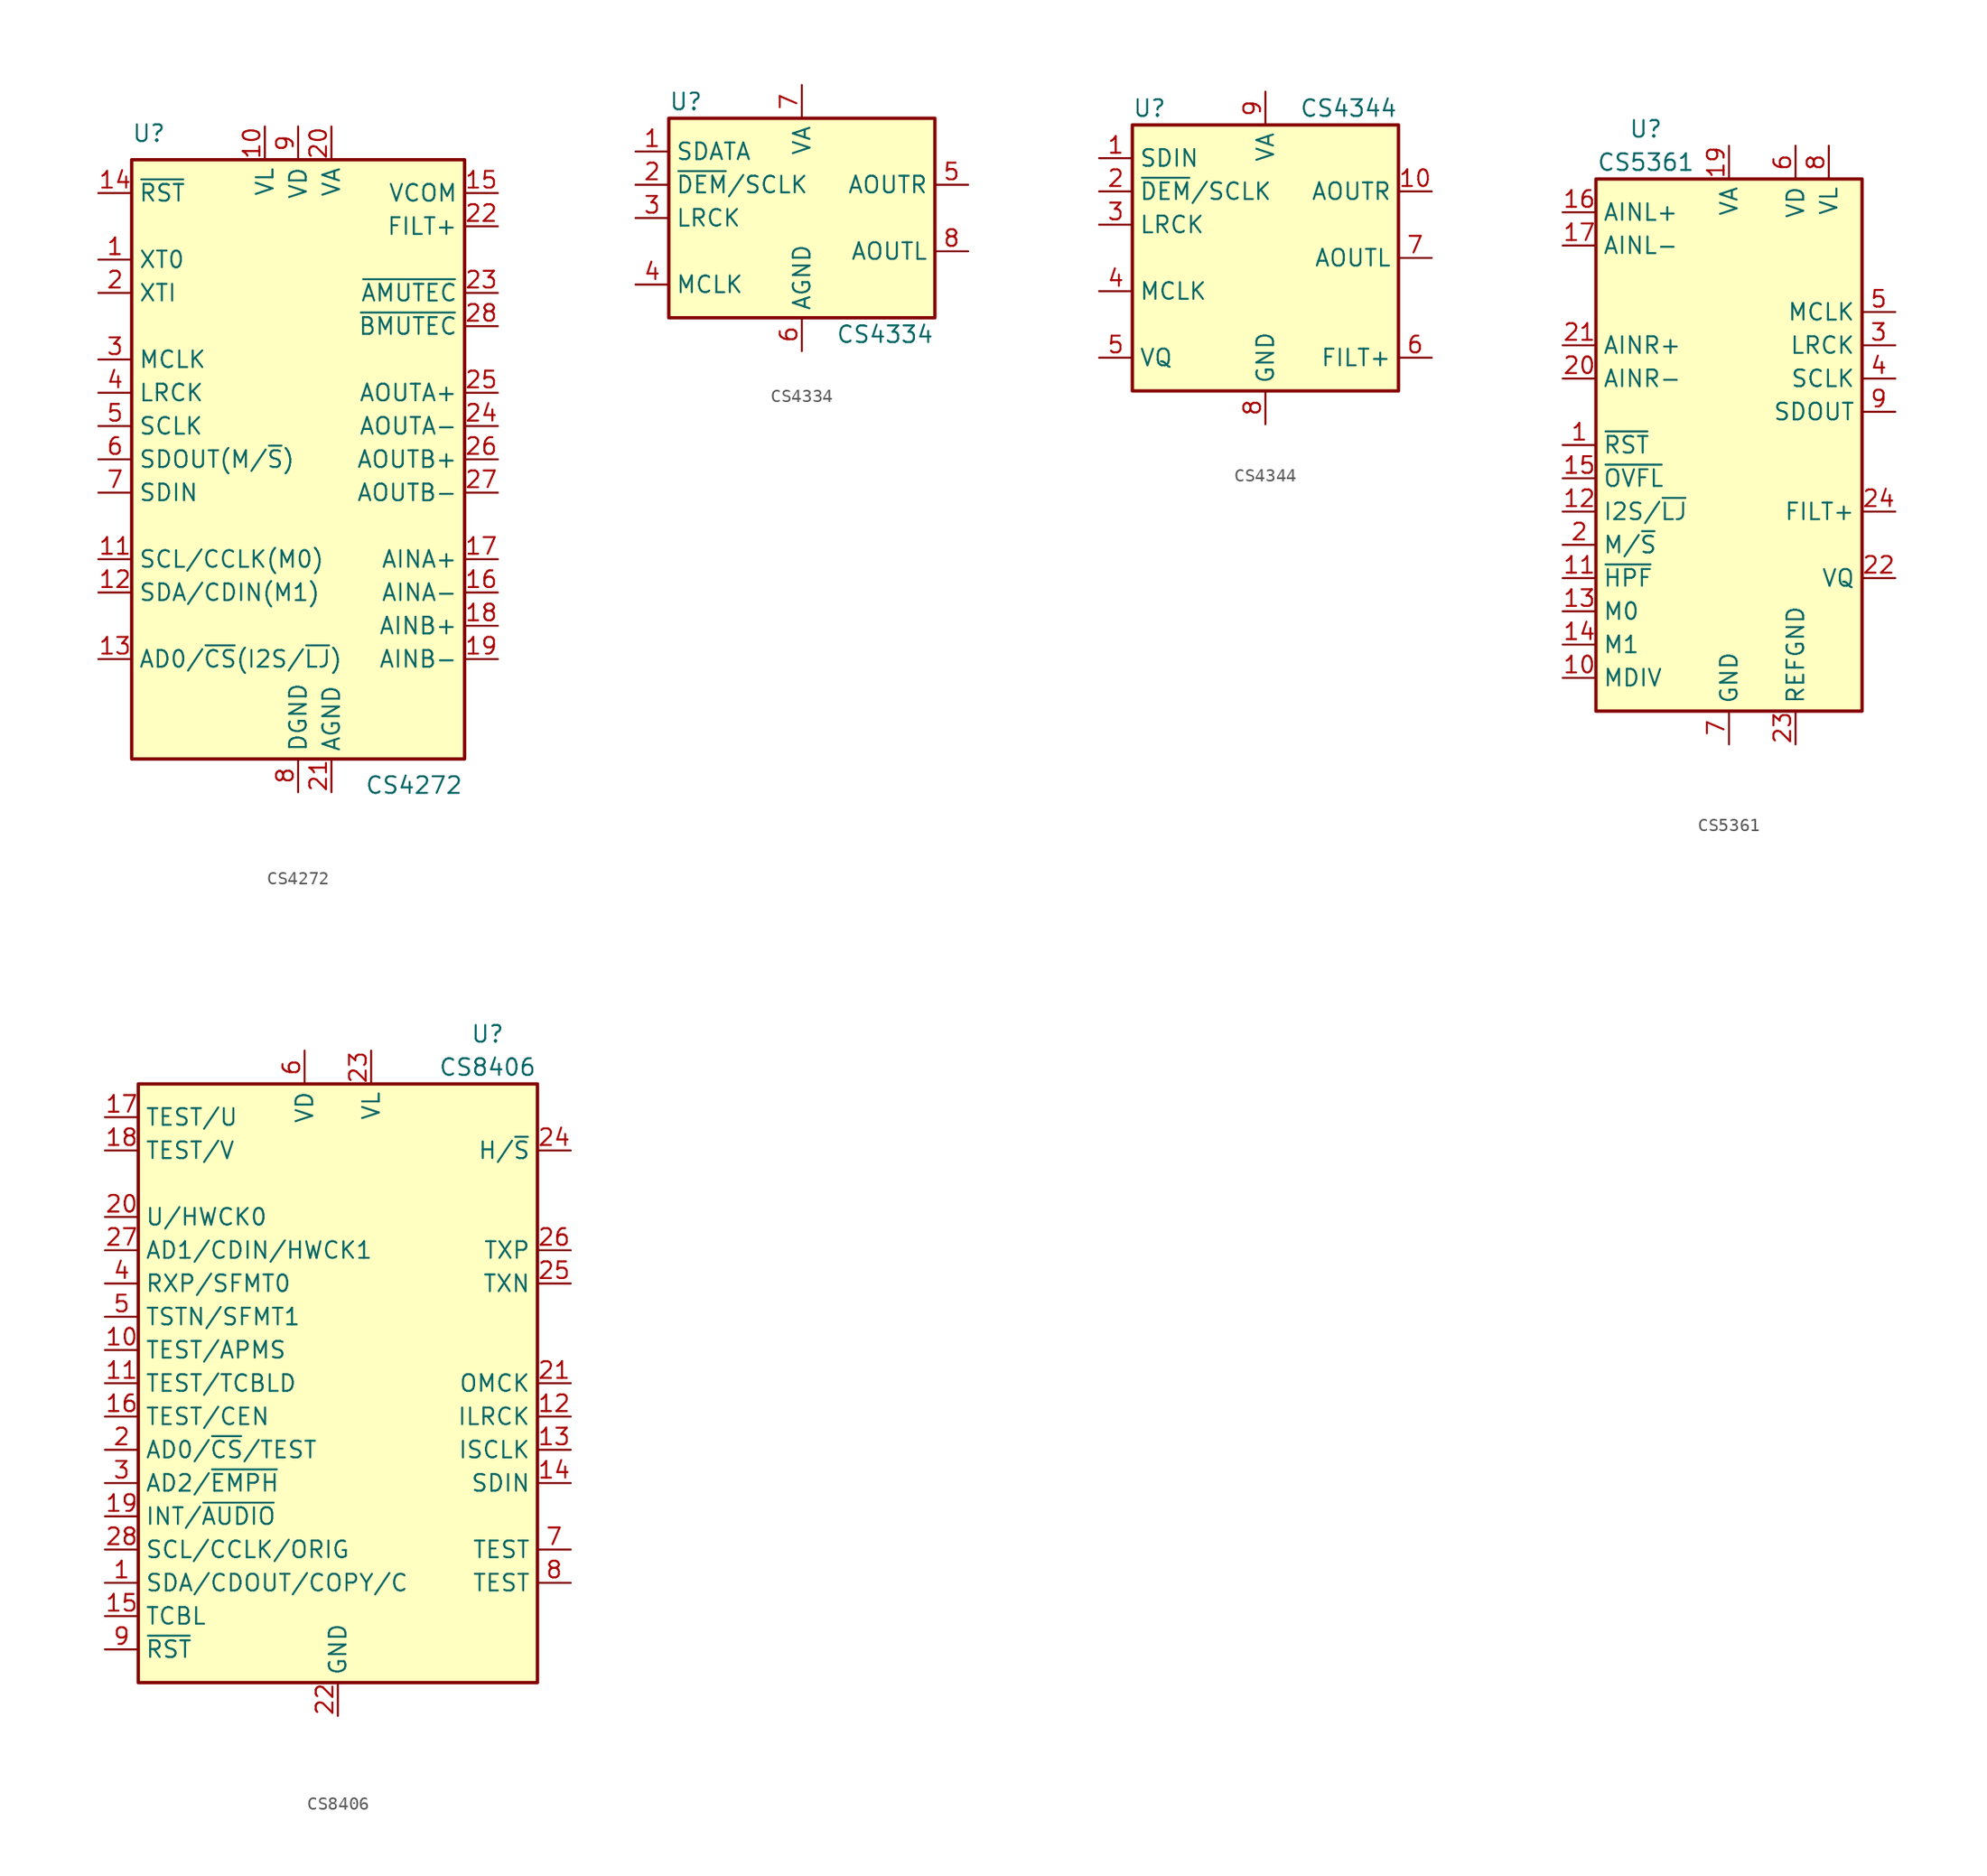
<source format=kicad_sym>
(kicad_symbol_lib
  (version 20241209)
  (generator "kicad_symbol_editor")
  (generator_version "9.0")
  (symbol "CS4272"
    (property "Reference" "U"
      (at -12.7 24.13 0)
      (effects (font (size 1.27 1.27)) (justify left bottom)))
    (property "Value" "CS4272"
      (at 5.08 -24.13 0)
      (effects (font (size 1.27 1.27)) (justify left top)))
    (symbol "CS4272_0_1"
      (rectangle (start -12.7 22.86) (end 12.7 -22.86) (stroke (width 0.254) (type default)) (fill (type background))))
    (symbol "CS4272_1_1"
      (pin input line (at -15.24 20.32 0) (length 2.54) (name "~{RST}" (effects (font (size 1.27 1.27)))) (number "14" (effects (font (size 1.27 1.27)))))
      (pin output line (at -15.24 15.24 0) (length 2.54) (name "XT0" (effects (font (size 1.27 1.27)))) (number "1" (effects (font (size 1.27 1.27)))))
      (pin input line (at -15.24 12.7 0) (length 2.54) (name "XTI" (effects (font (size 1.27 1.27)))) (number "2" (effects (font (size 1.27 1.27)))))
      (pin bidirectional line (at -15.24 7.62 0) (length 2.54) (name "MCLK" (effects (font (size 1.27 1.27)))) (number "3" (effects (font (size 1.27 1.27)))))
      (pin bidirectional line (at -15.24 5.08 0) (length 2.54) (name "LRCK" (effects (font (size 1.27 1.27)))) (number "4" (effects (font (size 1.27 1.27)))))
      (pin bidirectional line (at -15.24 2.54 0) (length 2.54) (name "SCLK" (effects (font (size 1.27 1.27)))) (number "5" (effects (font (size 1.27 1.27)))))
      (pin output line (at -15.24 0 0) (length 2.54) (name "SDOUT(M/~{S})" (effects (font (size 1.27 1.27)))) (number "6" (effects (font (size 1.27 1.27)))))
      (pin input line (at -15.24 -2.54 0) (length 2.54) (name "SDIN" (effects (font (size 1.27 1.27)))) (number "7" (effects (font (size 1.27 1.27)))))
      (pin input line (at -15.24 -7.62 0) (length 2.54) (name "SCL/CCLK(M0)" (effects (font (size 1.27 1.27)))) (number "11" (effects (font (size 1.27 1.27)))))
      (pin bidirectional line (at -15.24 -10.16 0) (length 2.54) (name "SDA/CDIN(M1)" (effects (font (size 1.27 1.27)))) (number "12" (effects (font (size 1.27 1.27)))))
      (pin input line (at -15.24 -15.24 0) (length 2.54) (name "AD0/~{CS}(I2S/~{LJ})" (effects (font (size 1.27 1.27)))) (number "13" (effects (font (size 1.27 1.27)))))
      (pin power_in line (at -2.54 25.4 270) (length 2.54) (name "VL" (effects (font (size 1.27 1.27)))) (number "10" (effects (font (size 1.27 1.27)))))
      (pin power_in line (at 0 25.4 270) (length 2.54) (name "VD" (effects (font (size 1.27 1.27)))) (number "9" (effects (font (size 1.27 1.27)))))
      (pin power_in line (at 0 -25.4 90) (length 2.54) (name "DGND" (effects (font (size 1.27 1.27)))) (number "8" (effects (font (size 1.27 1.27)))))
      (pin power_in line (at 2.54 25.4 270) (length 2.54) (name "VA" (effects (font (size 1.27 1.27)))) (number "20" (effects (font (size 1.27 1.27)))))
      (pin power_in line (at 2.54 -25.4 90) (length 2.54) (name "AGND" (effects (font (size 1.27 1.27)))) (number "21" (effects (font (size 1.27 1.27)))))
      (pin output line (at 15.24 20.32 180) (length 2.54) (name "VCOM" (effects (font (size 1.27 1.27)))) (number "15" (effects (font (size 1.27 1.27)))))
      (pin output line (at 15.24 17.78 180) (length 2.54) (name "FILT+" (effects (font (size 1.27 1.27)))) (number "22" (effects (font (size 1.27 1.27)))))
      (pin output line (at 15.24 12.7 180) (length 2.54) (name "~{AMUTEC}" (effects (font (size 1.27 1.27)))) (number "23" (effects (font (size 1.27 1.27)))))
      (pin output line (at 15.24 10.16 180) (length 2.54) (name "~{BMUTEC}" (effects (font (size 1.27 1.27)))) (number "28" (effects (font (size 1.27 1.27)))))
      (pin output line (at 15.24 5.08 180) (length 2.54) (name "AOUTA+" (effects (font (size 1.27 1.27)))) (number "25" (effects (font (size 1.27 1.27)))))
      (pin output line (at 15.24 2.54 180) (length 2.54) (name "AOUTA-" (effects (font (size 1.27 1.27)))) (number "24" (effects (font (size 1.27 1.27)))))
      (pin output line (at 15.24 0 180) (length 2.54) (name "AOUTB+" (effects (font (size 1.27 1.27)))) (number "26" (effects (font (size 1.27 1.27)))))
      (pin output line (at 15.24 -2.54 180) (length 2.54) (name "AOUTB-" (effects (font (size 1.27 1.27)))) (number "27" (effects (font (size 1.27 1.27)))))
      (pin input line (at 15.24 -7.62 180) (length 2.54) (name "AINA+" (effects (font (size 1.27 1.27)))) (number "17" (effects (font (size 1.27 1.27)))))
      (pin input line (at 15.24 -10.16 180) (length 2.54) (name "AINA-" (effects (font (size 1.27 1.27)))) (number "16" (effects (font (size 1.27 1.27)))))
      (pin input line (at 15.24 -12.7 180) (length 2.54) (name "AINB+" (effects (font (size 1.27 1.27)))) (number "18" (effects (font (size 1.27 1.27)))))
      (pin input line (at 15.24 -15.24 180) (length 2.54) (name "AINB-" (effects (font (size 1.27 1.27)))) (number "19" (effects (font (size 1.27 1.27)))))))
  (symbol "CS4334"
    (property "Reference" "U"
      (at -10.16 8.89 0)
      (effects (font (size 1.27 1.27)) (justify left)))
    (property "Value" "CS4334"
      (at 6.35 -8.89 0)
      (effects (font (size 1.27 1.27))))
    (symbol "CS4334_0_1"
      (rectangle (start -10.16 7.62) (end 10.16 -7.62) (stroke (width 0.254) (type default)) (fill (type background))))
    (symbol "CS4334_1_1"
      (pin input line (at -12.7 5.08 0) (length 2.54) (name "SDATA" (effects (font (size 1.27 1.27)))) (number "1" (effects (font (size 1.27 1.27)))))
      (pin input line (at -12.7 2.54 0) (length 2.54) (name "~{DEM}/SCLK" (effects (font (size 1.27 1.27)))) (number "2" (effects (font (size 1.27 1.27)))))
      (pin input line (at -12.7 0 0) (length 2.54) (name "LRCK" (effects (font (size 1.27 1.27)))) (number "3" (effects (font (size 1.27 1.27)))))
      (pin input line (at -12.7 -5.08 0) (length 2.54) (name "MCLK" (effects (font (size 1.27 1.27)))) (number "4" (effects (font (size 1.27 1.27)))))
      (pin power_in line (at 0 10.16 270) (length 2.54) (name "VA" (effects (font (size 1.27 1.27)))) (number "7" (effects (font (size 1.27 1.27)))))
      (pin power_in line (at 0 -10.16 90) (length 2.54) (name "AGND" (effects (font (size 1.27 1.27)))) (number "6" (effects (font (size 1.27 1.27)))))
      (pin output line (at 12.7 2.54 180) (length 2.54) (name "AOUTR" (effects (font (size 1.27 1.27)))) (number "5" (effects (font (size 1.27 1.27)))))
      (pin output line (at 12.7 -2.54 180) (length 2.54) (name "AOUTL" (effects (font (size 1.27 1.27)))) (number "8" (effects (font (size 1.27 1.27)))))))
  (symbol "CS4344"
    (property "Reference" "U"
      (at -10.16 11.43 0)
      (effects (font (size 1.27 1.27)) (justify left)))
    (property "Value" "CS4344"
      (at 6.35 11.43 0)
      (effects (font (size 1.27 1.27))))
    (symbol "CS4344_0_1"
      (rectangle (start -10.16 10.16) (end 10.16 -10.16) (stroke (width 0.254) (type default)) (fill (type background))))
    (symbol "CS4344_1_1"
      (pin input line (at -12.7 7.62 0) (length 2.54) (name "SDIN" (effects (font (size 1.27 1.27)))) (number "1" (effects (font (size 1.27 1.27)))))
      (pin input line (at -12.7 5.08 0) (length 2.54) (name "~{DEM}/SCLK" (effects (font (size 1.27 1.27)))) (number "2" (effects (font (size 1.27 1.27)))))
      (pin input line (at -12.7 2.54 0) (length 2.54) (name "LRCK" (effects (font (size 1.27 1.27)))) (number "3" (effects (font (size 1.27 1.27)))))
      (pin input line (at -12.7 -2.54 0) (length 2.54) (name "MCLK" (effects (font (size 1.27 1.27)))) (number "4" (effects (font (size 1.27 1.27)))))
      (pin output line (at -12.7 -7.62 0) (length 2.54) (name "VQ" (effects (font (size 1.27 1.27)))) (number "5" (effects (font (size 1.27 1.27)))))
      (pin power_in line (at 0 12.7 270) (length 2.54) (name "VA" (effects (font (size 1.27 1.27)))) (number "9" (effects (font (size 1.27 1.27)))))
      (pin power_in line (at 0 -12.7 90) (length 2.54) (name "GND" (effects (font (size 1.27 1.27)))) (number "8" (effects (font (size 1.27 1.27)))))
      (pin output line (at 12.7 5.08 180) (length 2.54) (name "AOUTR" (effects (font (size 1.27 1.27)))) (number "10" (effects (font (size 1.27 1.27)))))
      (pin output line (at 12.7 0 180) (length 2.54) (name "AOUTL" (effects (font (size 1.27 1.27)))) (number "7" (effects (font (size 1.27 1.27)))))
      (pin output line (at 12.7 -7.62 180) (length 2.54) (name "FILT+" (effects (font (size 1.27 1.27)))) (number "6" (effects (font (size 1.27 1.27)))))))
  (symbol "CS5361"
    (property "Reference" "U"
      (at -6.35 24.13 0)
      (effects (font (size 1.27 1.27))))
    (property "Value" "CS5361"
      (at -6.35 21.59 0)
      (effects (font (size 1.27 1.27))))
    (symbol "CS5361_0_1"
      (rectangle (start -10.16 20.32) (end 10.16 -20.32) (stroke (width 0.254) (type default)) (fill (type background))))
    (symbol "CS5361_1_1"
      (pin input line (at -12.7 17.78 0) (length 2.54) (name "AINL+" (effects (font (size 1.27 1.27)))) (number "16" (effects (font (size 1.27 1.27)))))
      (pin input line (at -12.7 15.24 0) (length 2.54) (name "AINL-" (effects (font (size 1.27 1.27)))) (number "17" (effects (font (size 1.27 1.27)))))
      (pin input line (at -12.7 7.62 0) (length 2.54) (name "AINR+" (effects (font (size 1.27 1.27)))) (number "21" (effects (font (size 1.27 1.27)))))
      (pin input line (at -12.7 5.08 0) (length 2.54) (name "AINR-" (effects (font (size 1.27 1.27)))) (number "20" (effects (font (size 1.27 1.27)))))
      (pin input line (at -12.7 0 0) (length 2.54) (name "~{RST}" (effects (font (size 1.27 1.27)))) (number "1" (effects (font (size 1.27 1.27)))))
      (pin input line (at -12.7 -2.54 0) (length 2.54) (name "~{OVFL}" (effects (font (size 1.27 1.27)))) (number "15" (effects (font (size 1.27 1.27)))))
      (pin input line (at -12.7 -5.08 0) (length 2.54) (name "I2S/~{LJ}" (effects (font (size 1.27 1.27)))) (number "12" (effects (font (size 1.27 1.27)))))
      (pin input line (at -12.7 -7.62 0) (length 2.54) (name "M/~{S}" (effects (font (size 1.27 1.27)))) (number "2" (effects (font (size 1.27 1.27)))))
      (pin input line (at -12.7 -10.16 0) (length 2.54) (name "~{HPF}" (effects (font (size 1.27 1.27)))) (number "11" (effects (font (size 1.27 1.27)))))
      (pin input line (at -12.7 -12.7 0) (length 2.54) (name "M0" (effects (font (size 1.27 1.27)))) (number "13" (effects (font (size 1.27 1.27)))))
      (pin input line (at -12.7 -15.24 0) (length 2.54) (name "M1" (effects (font (size 1.27 1.27)))) (number "14" (effects (font (size 1.27 1.27)))))
      (pin input line (at -12.7 -17.78 0) (length 2.54) (name "MDIV" (effects (font (size 1.27 1.27)))) (number "10" (effects (font (size 1.27 1.27)))))
      (pin power_in line (at 0 22.86 270) (length 2.54) (name "VA" (effects (font (size 1.27 1.27)))) (number "19" (effects (font (size 1.27 1.27)))))
      (pin passive line (at 0 -22.86 90) (length 2.54) (hide yes) (name "GND" (effects (font (size 1.27 1.27)))) (number "18" (effects (font (size 1.27 1.27)))))
      (pin power_in line (at 0 -22.86 90) (length 2.54) (name "GND" (effects (font (size 1.27 1.27)))) (number "7" (effects (font (size 1.27 1.27)))))
      (pin power_in line (at 5.08 22.86 270) (length 2.54) (name "VD" (effects (font (size 1.27 1.27)))) (number "6" (effects (font (size 1.27 1.27)))))
      (pin power_in line (at 5.08 -22.86 90) (length 2.54) (name "REFGND" (effects (font (size 1.27 1.27)))) (number "23" (effects (font (size 1.27 1.27)))))
      (pin power_in line (at 7.62 22.86 270) (length 2.54) (name "VL" (effects (font (size 1.27 1.27)))) (number "8" (effects (font (size 1.27 1.27)))))
      (pin input line (at 12.7 10.16 180) (length 2.54) (name "MCLK" (effects (font (size 1.27 1.27)))) (number "5" (effects (font (size 1.27 1.27)))))
      (pin bidirectional line (at 12.7 7.62 180) (length 2.54) (name "LRCK" (effects (font (size 1.27 1.27)))) (number "3" (effects (font (size 1.27 1.27)))))
      (pin bidirectional line (at 12.7 5.08 180) (length 2.54) (name "SCLK" (effects (font (size 1.27 1.27)))) (number "4" (effects (font (size 1.27 1.27)))))
      (pin output line (at 12.7 2.54 180) (length 2.54) (name "SDOUT" (effects (font (size 1.27 1.27)))) (number "9" (effects (font (size 1.27 1.27)))))
      (pin power_out line (at 12.7 -5.08 180) (length 2.54) (name "FILT+" (effects (font (size 1.27 1.27)))) (number "24" (effects (font (size 1.27 1.27)))))
      (pin power_out line (at 12.7 -10.16 180) (length 2.54) (name "VQ" (effects (font (size 1.27 1.27)))) (number "22" (effects (font (size 1.27 1.27)))))))
  (symbol "CS8406"
    (property "Reference" "U"
      (at 11.43 26.67 0)
      (effects (font (size 1.27 1.27))))
    (property "Value" "CS8406"
      (at 11.43 24.13 0)
      (effects (font (size 1.27 1.27))))
    (symbol "CS8406_0_0"
      (rectangle (start -15.24 22.86) (end 15.24 -22.86) (stroke (width 0.254) (type default)) (fill (type background))))
    (symbol "CS8406_1_0"
      (pin input line (at -17.78 -20.32 0) (length 2.54) (name "~{RST}" (effects (font (size 1.27 1.27)))) (number "9" (effects (font (size 1.27 1.27)))))
      (pin power_in line (at -2.54 25.4 270) (length 2.54) (name "VD" (effects (font (size 1.27 1.27)))) (number "6" (effects (font (size 1.27 1.27)))))
      (pin power_in line (at 0 -25.4 90) (length 2.54) (name "GND" (effects (font (size 1.27 1.27)))) (number "22" (effects (font (size 1.27 1.27)))))
      (pin power_in line (at 2.54 25.4 270) (length 2.54) (name "VL" (effects (font (size 1.27 1.27)))) (number "23" (effects (font (size 1.27 1.27)))))
      (pin input line (at 17.78 17.78 180) (length 2.54) (name "H/~{S}" (effects (font (size 1.27 1.27)))) (number "24" (effects (font (size 1.27 1.27)))))
      (pin output line (at 17.78 10.16 180) (length 2.54) (name "TXP" (effects (font (size 1.27 1.27)))) (number "26" (effects (font (size 1.27 1.27)))))
      (pin output line (at 17.78 7.62 180) (length 2.54) (name "TXN" (effects (font (size 1.27 1.27)))) (number "25" (effects (font (size 1.27 1.27)))))
      (pin input line (at 17.78 0 180) (length 2.54) (name "OMCK" (effects (font (size 1.27 1.27)))) (number "21" (effects (font (size 1.27 1.27)))))
      (pin bidirectional line (at 17.78 -2.54 180) (length 2.54) (name "ILRCK" (effects (font (size 1.27 1.27)))) (number "12" (effects (font (size 1.27 1.27)))))
      (pin bidirectional line (at 17.78 -5.08 180) (length 2.54) (name "ISCLK" (effects (font (size 1.27 1.27)))) (number "13" (effects (font (size 1.27 1.27)))))
      (pin input line (at 17.78 -7.62 180) (length 2.54) (name "SDIN" (effects (font (size 1.27 1.27)))) (number "14" (effects (font (size 1.27 1.27))))))
    (symbol "CS8406_1_1"
      (pin input line (at -17.78 20.32 0) (length 2.54) (name "TEST/U" (effects (font (size 1.27 1.27)))) (number "17" (effects (font (size 1.27 1.27)))))
      (pin input line (at -17.78 17.78 0) (length 2.54) (name "TEST/V" (effects (font (size 1.27 1.27)))) (number "18" (effects (font (size 1.27 1.27)))))
      (pin input line (at -17.78 12.7 0) (length 2.54) (name "U/HWCK0" (effects (font (size 1.27 1.27)))) (number "20" (effects (font (size 1.27 1.27)))))
      (pin input line (at -17.78 10.16 0) (length 2.54) (name "AD1/CDIN/HWCK1" (effects (font (size 1.27 1.27)))) (number "27" (effects (font (size 1.27 1.27)))))
      (pin input line (at -17.78 7.62 0) (length 2.54) (name "RXP/SFMT0" (effects (font (size 1.27 1.27)))) (number "4" (effects (font (size 1.27 1.27)))))
      (pin input line (at -17.78 5.08 0) (length 2.54) (name "TSTN/SFMT1" (effects (font (size 1.27 1.27)))) (number "5" (effects (font (size 1.27 1.27)))))
      (pin input line (at -17.78 2.54 0) (length 2.54) (name "TEST/APMS" (effects (font (size 1.27 1.27)))) (number "10" (effects (font (size 1.27 1.27)))))
      (pin input line (at -17.78 0 0) (length 2.54) (name "TEST/TCBLD" (effects (font (size 1.27 1.27)))) (number "11" (effects (font (size 1.27 1.27)))))
      (pin input line (at -17.78 -2.54 0) (length 2.54) (name "TEST/CEN" (effects (font (size 1.27 1.27)))) (number "16" (effects (font (size 1.27 1.27)))))
      (pin input line (at -17.78 -5.08 0) (length 2.54) (name "AD0/~{CS}/TEST" (effects (font (size 1.27 1.27)))) (number "2" (effects (font (size 1.27 1.27)))))
      (pin input line (at -17.78 -7.62 0) (length 2.54) (name "AD2/~{EMPH}" (effects (font (size 1.27 1.27)))) (number "3" (effects (font (size 1.27 1.27)))))
      (pin bidirectional line (at -17.78 -10.16 0) (length 2.54) (name "INT/~{AUDIO}" (effects (font (size 1.27 1.27)))) (number "19" (effects (font (size 1.27 1.27)))))
      (pin input line (at -17.78 -12.7 0) (length 2.54) (name "SCL/CCLK/ORIG" (effects (font (size 1.27 1.27)))) (number "28" (effects (font (size 1.27 1.27)))))
      (pin bidirectional line (at -17.78 -15.24 0) (length 2.54) (name "SDA/CDOUT/COPY/C" (effects (font (size 1.27 1.27)))) (number "1" (effects (font (size 1.27 1.27)))))
      (pin bidirectional line (at -17.78 -17.78 0) (length 2.54) (name "TCBL" (effects (font (size 1.27 1.27)))) (number "15" (effects (font (size 1.27 1.27)))))
      (pin input line (at 17.78 -12.7 180) (length 2.54) (name "TEST" (effects (font (size 1.27 1.27)))) (number "7" (effects (font (size 1.27 1.27)))))
      (pin input line (at 17.78 -15.24 180) (length 2.54) (name "TEST" (effects (font (size 1.27 1.27)))) (number "8" (effects (font (size 1.27 1.27))))))))
</source>
